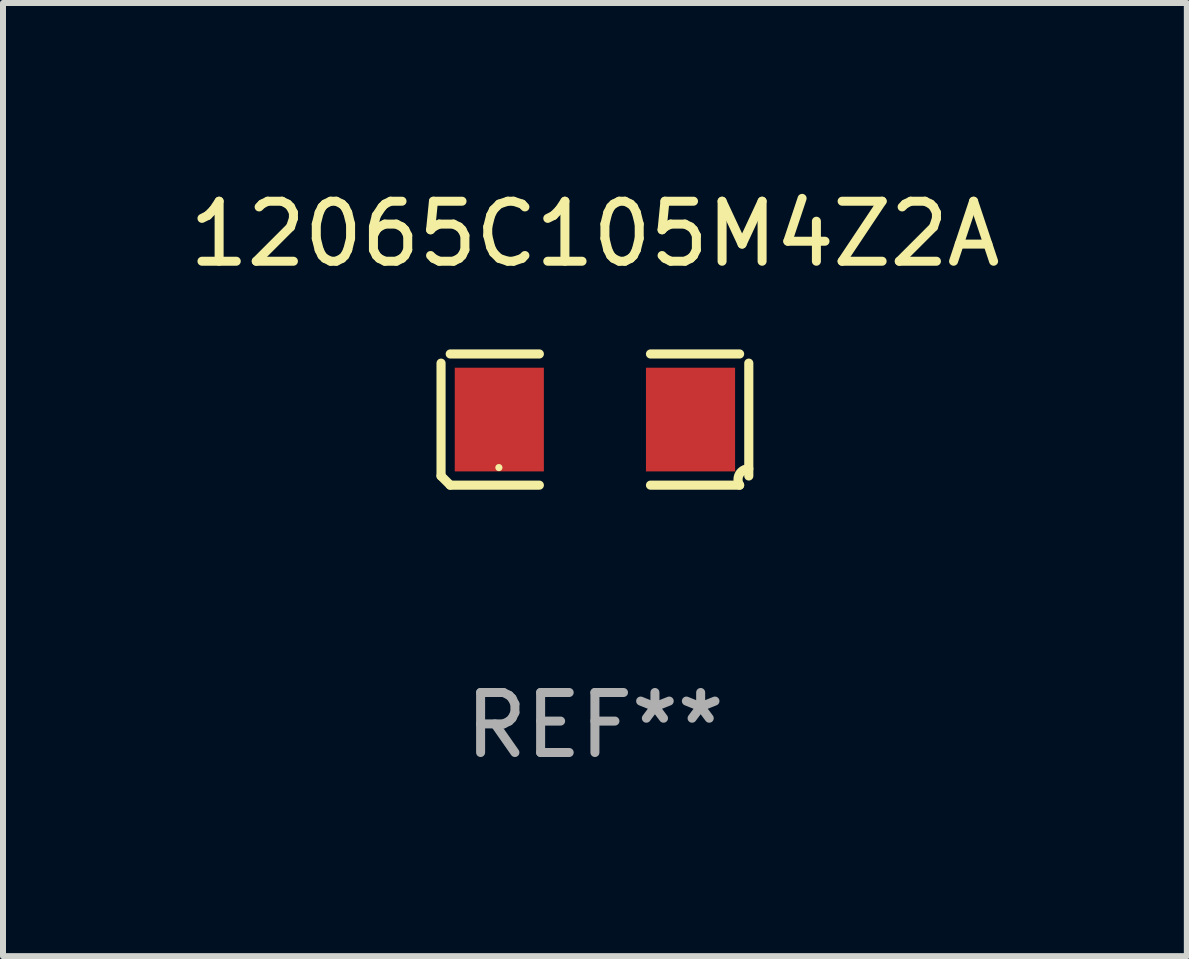
<source format=kicad_pcb>
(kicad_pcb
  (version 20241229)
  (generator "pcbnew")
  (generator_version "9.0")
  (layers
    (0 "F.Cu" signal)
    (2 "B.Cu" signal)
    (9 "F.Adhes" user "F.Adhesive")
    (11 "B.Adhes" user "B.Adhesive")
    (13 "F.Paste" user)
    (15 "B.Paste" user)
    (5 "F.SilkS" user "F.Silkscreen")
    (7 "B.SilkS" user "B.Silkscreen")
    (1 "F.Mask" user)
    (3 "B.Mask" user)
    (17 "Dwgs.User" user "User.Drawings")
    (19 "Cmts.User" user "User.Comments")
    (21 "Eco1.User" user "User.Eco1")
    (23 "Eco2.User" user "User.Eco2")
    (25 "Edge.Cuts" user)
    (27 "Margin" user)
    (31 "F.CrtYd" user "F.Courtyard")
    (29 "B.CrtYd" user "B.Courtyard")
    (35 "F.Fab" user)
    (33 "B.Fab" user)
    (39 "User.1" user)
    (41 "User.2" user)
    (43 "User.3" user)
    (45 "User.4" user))
  (footprint "12065C105M4Z2A"
    (layer "F.Cu")
    (at 6.863 3.941)
    (property "Reference" "12065C105M4Z2A" (at 0 -3.093 0) (layer "F.SilkS") (effects (font (size 1 1) (thickness 0.15))))
    (attr through_hole)
    (fp_line (start -2.564 0.94) (end -2.564 -0.94) (stroke (width 0.152) (type solid)) (layer "F.SilkS"))
    (fp_line (start -2.411 -1.093) (end -0.926 -1.093) (stroke (width 0.152) (type solid)) (layer "F.SilkS"))
    (fp_line (start -0.926 1.093) (end -2.411 1.093) (stroke (width 0.152) (type solid)) (layer "F.SilkS"))
    (fp_line (start 0.926 1.093) (end 2.411 1.093) (stroke (width 0.152) (type solid)) (layer "F.SilkS"))
    (fp_line (start 2.411 -1.093) (end 0.926 -1.093) (stroke (width 0.152) (type solid)) (layer "F.SilkS"))
    (fp_line (start 2.564 0.94) (end 2.564 -0.94) (stroke (width 0.152) (type solid)) (layer "F.SilkS"))
    (fp_arc (start -2.411201 1.092609) (mid -2.487413 1.01642) (end -2.563602 0.940208) (stroke (width 0.1524) (type solid)) (layer "F.SilkS"))
    (fp_arc (start 2.411201 1.092609) (mid 2.407159 0.911226) (end 2.563602 0.819347) (stroke (width 0.1524) (type solid)) (layer "F.SilkS"))
    (fp_circle (center -1.6 0.8) (end -1.57 0.8) (stroke (width 0.06) (type solid)) (fill no) (layer "F.SilkS"))
    (fp_text user "REF**" (at 0 5.093 0) (layer "F.Fab") (effects (font (size 1 1) (thickness 0.15))))
    (pad "1" smd rect (at -1.593 0) (size 1.485 1.728) (layers "F.Cu" "F.Mask" "F.Paste"))
    (pad "2" smd rect (at 1.593 0) (size 1.485 1.728) (layers "F.Cu" "F.Mask" "F.Paste")))
  (gr_rect
    (start -3 -3)
    (end 16.726 12.882)
    (stroke (width 0.1) (type default))
    (fill no)
    (layer "Edge.Cuts")))
</source>
